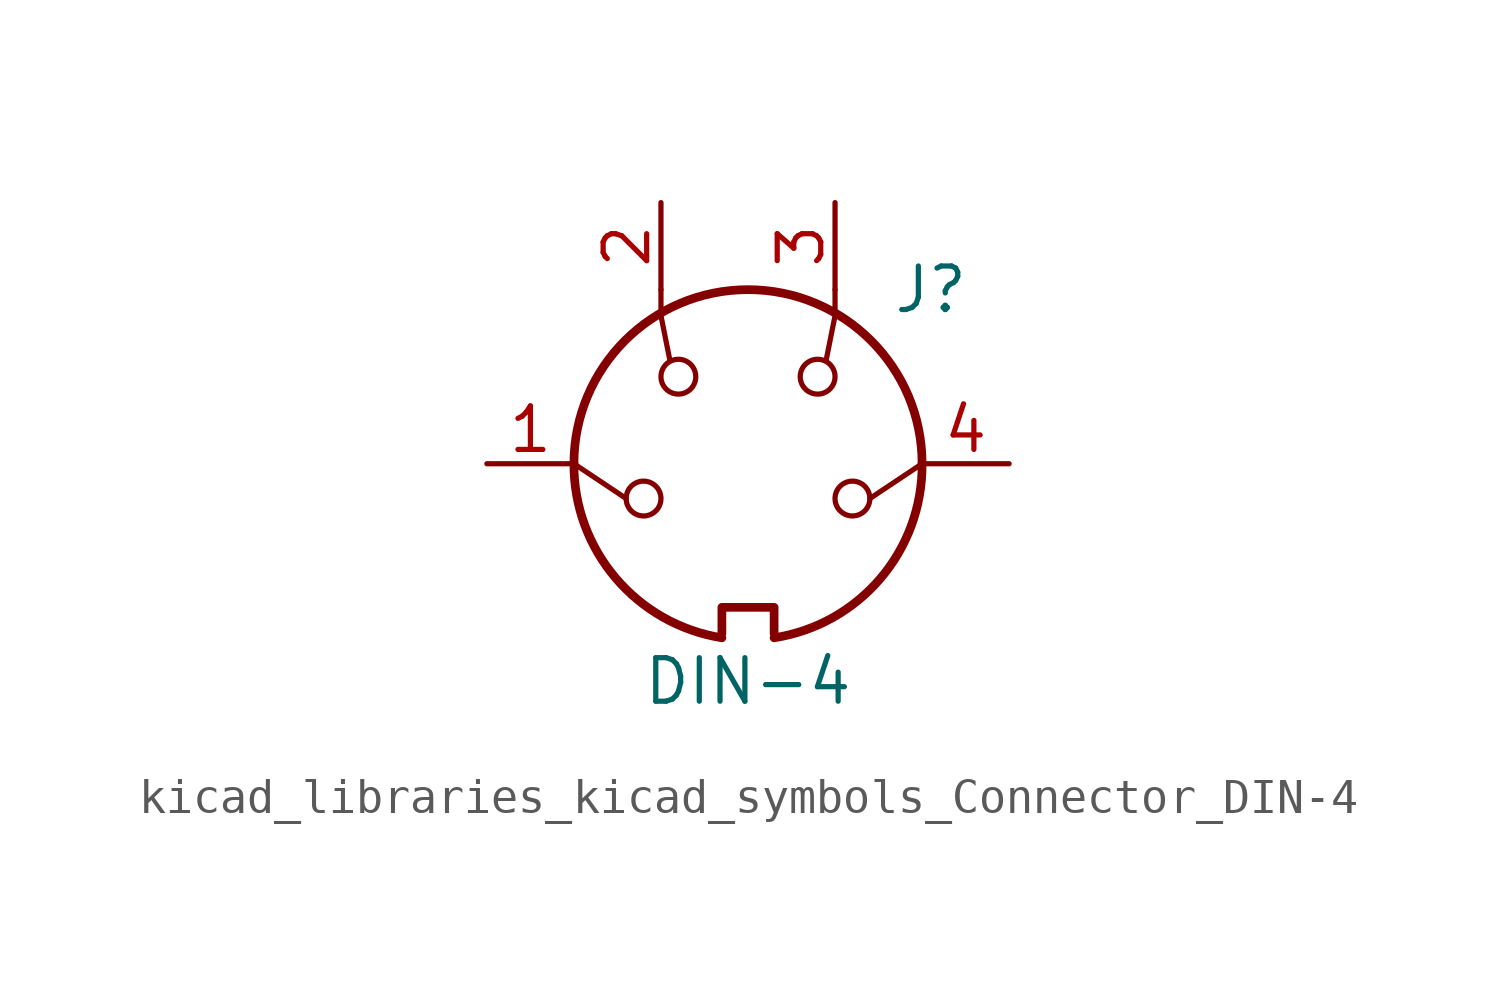
<source format=kicad_sym>
(kicad_symbol_lib
  (version 20220914)
  (generator kicad_symbol_editor)
  (symbol "kicad_libraries_kicad_symbols_Connector_DIN-4"
    (pin_names
      (offset 1.016))
    (property "Reference" "J"
      (at 5.334 5.08 0)
      (effects (font (size 1.27 1.27))))
    (property "Value" "DIN-4"
      (at 0 -6.35 0)
      (effects (font (size 1.27 1.27))))
    (symbol "kicad_libraries_kicad_symbols_Connector_DIN-4_0_1"
      (arc (start -5.08 0) (mid -3.8609 -3.3364) (end -0.762 -5.08) (stroke (width 0.254) (type default)) (fill (type none)))
      (circle (center -3.048 -1.016) (radius 0.508) (stroke (width 0) (type default)) (fill (type none)))
      (circle (center -2.032 2.54) (radius 0.508) (stroke (width 0) (type default)) (fill (type none)))
      (polyline (pts (xy -3.556 -1.016) (xy -5.08 0)) (stroke (width 0) (type default)) (fill (type none)))
      (polyline (pts (xy 5.08 0) (xy 3.556 -1.016)) (stroke (width 0) (type default)) (fill (type none)))
      (polyline (pts (xy -2.54 5.08) (xy -2.54 4.318) (xy -2.286 3.048)) (stroke (width 0) (type default)) (fill (type none)))
      (polyline (pts (xy 2.54 5.08) (xy 2.54 4.318) (xy 2.286 3.048)) (stroke (width 0) (type default)) (fill (type none)))
      (polyline (pts (xy -0.762 -4.953) (xy -0.762 -4.191) (xy 0.762 -4.191) (xy 0.762 -4.953)) (stroke (width 0.254) (type default)) (fill (type none)))
      (arc (start 0.762 -5.08) (mid 3.8685 -3.343) (end 5.08 0) (stroke (width 0.254) (type default)) (fill (type none)))
      (circle (center 2.032 2.54) (radius 0.508) (stroke (width 0) (type default)) (fill (type none)))
      (circle (center 3.048 -1.016) (radius 0.508) (stroke (width 0) (type default)) (fill (type none)))
      (arc (start 5.08 0) (mid 0 5.0579) (end -5.08 0) (stroke (width 0.254) (type default)) (fill (type none))))
    (symbol "kicad_libraries_kicad_symbols_Connector_DIN-4_1_1"
      (pin passive line (at -7.62 0 0) (length 2.54) (name "~" (effects (font (size 1.27 1.27)))) (number "1" (effects (font (size 1.27 1.27)))))
      (pin passive line (at -2.54 7.62 270) (length 2.54) (name "~" (effects (font (size 1.27 1.27)))) (number "2" (effects (font (size 1.27 1.27)))))
      (pin passive line (at 2.54 7.62 270) (length 2.54) (name "~" (effects (font (size 1.27 1.27)))) (number "3" (effects (font (size 1.27 1.27)))))
      (pin passive line (at 7.62 0 180) (length 2.54) (name "~" (effects (font (size 1.27 1.27)))) (number "4" (effects (font (size 1.27 1.27))))))))
</source>
